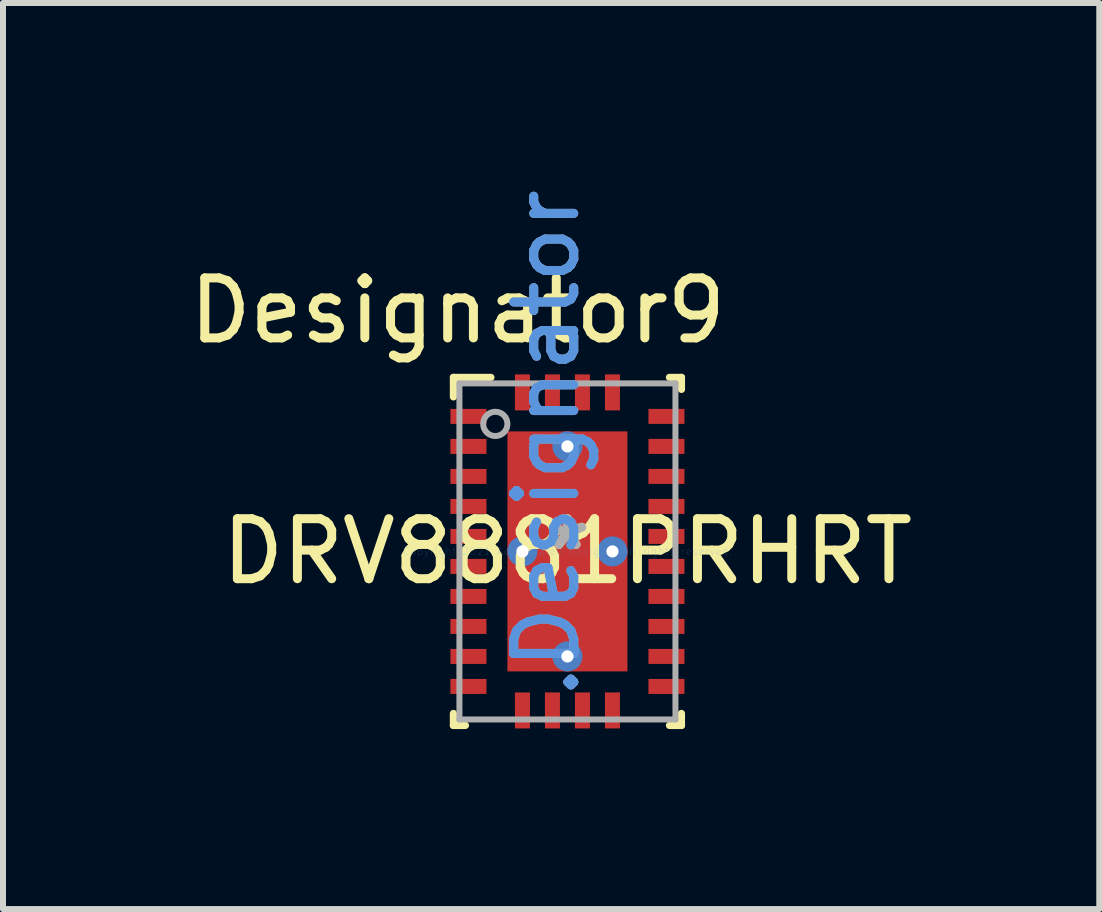
<source format=kicad_pcb>
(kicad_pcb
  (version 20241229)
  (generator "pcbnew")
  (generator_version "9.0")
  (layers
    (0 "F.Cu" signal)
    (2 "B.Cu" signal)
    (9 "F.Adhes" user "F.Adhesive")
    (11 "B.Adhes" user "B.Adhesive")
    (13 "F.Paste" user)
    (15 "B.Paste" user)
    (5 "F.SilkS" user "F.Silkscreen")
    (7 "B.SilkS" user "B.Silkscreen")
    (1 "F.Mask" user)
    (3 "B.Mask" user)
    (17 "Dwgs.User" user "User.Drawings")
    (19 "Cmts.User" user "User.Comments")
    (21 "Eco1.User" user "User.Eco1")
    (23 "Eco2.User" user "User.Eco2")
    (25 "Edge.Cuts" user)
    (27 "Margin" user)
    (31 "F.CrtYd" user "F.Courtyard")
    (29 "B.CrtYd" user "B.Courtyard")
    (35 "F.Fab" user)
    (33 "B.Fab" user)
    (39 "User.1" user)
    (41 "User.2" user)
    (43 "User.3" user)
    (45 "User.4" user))
  (footprint "DRV8881PRHRT"
    (layer "F.Cu")
    (at 6.406 6.139)
    (property "Reference" "DRV8881PRHRT" (at 0 0 0) (layer "F.SilkS") (effects (font (size 1 1) (thickness 0.15))))
    (attr through_hole)
    (fp_line (start -1.9 -2.9) (end -1.275 -2.9) (stroke (width 0.12) (type solid)) (layer "F.SilkS"))
    (fp_line (start -1.9 -2.575) (end -1.9 -2.9) (stroke (width 0.12) (type solid)) (layer "F.SilkS"))
    (fp_line (start -1.9 2.9) (end -1.9 2.7) (stroke (width 0.12) (type solid)) (layer "F.SilkS"))
    (fp_line (start -1.9 2.9) (end -1.7 2.9) (stroke (width 0.12) (type solid)) (layer "F.SilkS"))
    (fp_line (start 1.7 -2.9) (end 1.9 -2.9) (stroke (width 0.12) (type solid)) (layer "F.SilkS"))
    (fp_line (start 1.7 2.9) (end 1.9 2.9) (stroke (width 0.12) (type solid)) (layer "F.SilkS"))
    (fp_line (start 1.9 -2.7) (end 1.9 -2.9) (stroke (width 0.12) (type solid)) (layer "F.SilkS"))
    (fp_line (start 1.9 2.9) (end 1.9 2.7) (stroke (width 0.12) (type solid)) (layer "F.SilkS"))
    (fp_poly (pts (xy -0.849 -0.1) (xy 0.849 -0.1) (xy 0.849 -1.889) (xy -0.849 -1.889)) (stroke (width 0.1) (type solid)) (fill yes) (layer "F.Paste"))
    (fp_poly (pts (xy -0.849 1.889) (xy 0.849 1.889) (xy 0.849 0.1) (xy -0.849 0.1)) (stroke (width 0.1) (type solid)) (fill yes) (layer "F.Paste"))
    (fp_line (start -1.8 -2.8) (end 1.8 -2.8) (stroke (width 0.1) (type solid)) (layer "F.Fab"))
    (fp_line (start -1.8 2.8) (end -1.8 -2.8) (stroke (width 0.1) (type solid)) (layer "F.Fab"))
    (fp_line (start -1.8 2.8) (end 1.8 2.8) (stroke (width 0.1) (type solid)) (layer "F.Fab"))
    (fp_line (start 1.8 2.8) (end 1.8 -2.8) (stroke (width 0.1) (type solid)) (layer "F.Fab"))
    (fp_circle (center -1.202 -2.125) (end -1 -2.125) (stroke (width 0.1) (type solid)) (fill no) (layer "F.Fab"))
    (fp_text user "Designator9" (at -1.829 -4.013 0) (layer "F.SilkS") (effects (font (size 1 1) (thickness 0.15))))
    (fp_text user "*" (at 0 0 0) (layer "F.SilkS") (effects (font (size 1 1) (thickness 0.15))))
    (fp_text user ".Designator" (at -0.35 -1.8 270) (layer "Cmts.User") (effects (font (size 1 1) (thickness 0.15))))
    (fp_text user "Copyright 2021 Accelerated Designs. All rights reserved." (at 0 0 0) (layer "Cmts.User") (effects (font (size 0.127 0.127) (thickness 0.002))))
    (fp_text user ".Designator" (at -0.35 -1.8 270) (layer "F.Fab") (effects (font (size 1 1) (thickness 0.15))))
    (fp_text user "*" (at 0 0 0) (layer "F.Fab") (effects (font (size 1 1) (thickness 0.15))))
    (pad "1" smd rect (at -1.65 -2.25) (size 0.6 0.25) (layers "F.Cu" "F.Mask" "F.Paste"))
    (pad "2" smd rect (at -1.65 -1.75) (size 0.6 0.25) (layers "F.Cu" "F.Mask" "F.Paste"))
    (pad "3" smd rect (at -1.65 -1.25) (size 0.6 0.25) (layers "F.Cu" "F.Mask" "F.Paste"))
    (pad "4" smd rect (at -1.65 -0.75) (size 0.6 0.25) (layers "F.Cu" "F.Mask" "F.Paste"))
    (pad "5" smd rect (at -1.65 -0.25) (size 0.6 0.25) (layers "F.Cu" "F.Mask" "F.Paste"))
    (pad "6" smd rect (at -1.65 0.25) (size 0.6 0.25) (layers "F.Cu" "F.Mask" "F.Paste"))
    (pad "7" smd rect (at -1.65 0.75) (size 0.6 0.25) (layers "F.Cu" "F.Mask" "F.Paste"))
    (pad "8" smd rect (at -1.65 1.25) (size 0.6 0.25) (layers "F.Cu" "F.Mask" "F.Paste"))
    (pad "9" smd rect (at -1.65 1.75) (size 0.6 0.25) (layers "F.Cu" "F.Mask" "F.Paste"))
    (pad "10" smd rect (at -1.65 2.25) (size 0.6 0.25) (layers "F.Cu" "F.Mask" "F.Paste"))
    (pad "11" smd rect (at -0.75 2.65 90) (size 0.6 0.25) (layers "F.Cu" "F.Mask" "F.Paste"))
    (pad "12" smd rect (at -0.25 2.65 90) (size 0.6 0.25) (layers "F.Cu" "F.Mask" "F.Paste"))
    (pad "13" smd rect (at 0.25 2.65 90) (size 0.6 0.25) (layers "F.Cu" "F.Mask" "F.Paste"))
    (pad "14" smd rect (at 0.75 2.65 90) (size 0.6 0.25) (layers "F.Cu" "F.Mask" "F.Paste"))
    (pad "15" smd rect (at 1.65 2.25) (size 0.6 0.25) (layers "F.Cu" "F.Mask" "F.Paste"))
    (pad "16" smd rect (at 1.65 1.75) (size 0.6 0.25) (layers "F.Cu" "F.Mask" "F.Paste"))
    (pad "17" smd rect (at 1.65 1.25) (size 0.6 0.25) (layers "F.Cu" "F.Mask" "F.Paste"))
    (pad "18" smd rect (at 1.65 0.75) (size 0.6 0.25) (layers "F.Cu" "F.Mask" "F.Paste"))
    (pad "19" smd rect (at 1.65 0.25) (size 0.6 0.25) (layers "F.Cu" "F.Mask" "F.Paste"))
    (pad "20" smd rect (at 1.65 -0.25) (size 0.6 0.25) (layers "F.Cu" "F.Mask" "F.Paste"))
    (pad "21" smd rect (at 1.65 -0.75) (size 0.6 0.25) (layers "F.Cu" "F.Mask" "F.Paste"))
    (pad "22" smd rect (at 1.65 -1.25) (size 0.6 0.25) (layers "F.Cu" "F.Mask" "F.Paste"))
    (pad "23" smd rect (at 1.65 -1.75) (size 0.6 0.25) (layers "F.Cu" "F.Mask" "F.Paste"))
    (pad "24" smd rect (at 1.65 -2.25) (size 0.6 0.25) (layers "F.Cu" "F.Mask" "F.Paste"))
    (pad "25" smd rect (at 0.75 -2.65 90) (size 0.6 0.25) (layers "F.Cu" "F.Mask" "F.Paste"))
    (pad "26" smd rect (at 0.25 -2.65 90) (size 0.6 0.25) (layers "F.Cu" "F.Mask" "F.Paste"))
    (pad "27" smd rect (at -0.25 -2.65 90) (size 0.6 0.25) (layers "F.Cu" "F.Mask" "F.Paste"))
    (pad "28" smd rect (at -0.75 -2.65 90) (size 0.6 0.25) (layers "F.Cu" "F.Mask" "F.Paste"))
    (pad "29" smd rect (at 0 0) (size 2 4) (layers "F.Cu" "F.Mask"))
    (pad "V1" thru_hole circle (at 0.75 0) (size 0.5 0.5) (drill 0.203) (layers "*.Cu" "*.Mask"))
    (pad "V2" thru_hole circle (at -0.75 0) (size 0.5 0.5) (drill 0.203) (layers "*.Cu" "*.Mask"))
    (pad "V3" thru_hole circle (at 0 -1.75) (size 0.5 0.5) (drill 0.203) (layers "*.Cu" "*.Mask"))
    (pad "V4" thru_hole circle (at 0 1.75) (size 0.5 0.5) (drill 0.203) (layers "*.Cu" "*.Mask")))
  (gr_rect
    (start -3 -3)
    (end 15.269 12.099)
    (stroke (width 0.1) (type default))
    (fill no)
    (layer "Edge.Cuts")))
</source>
